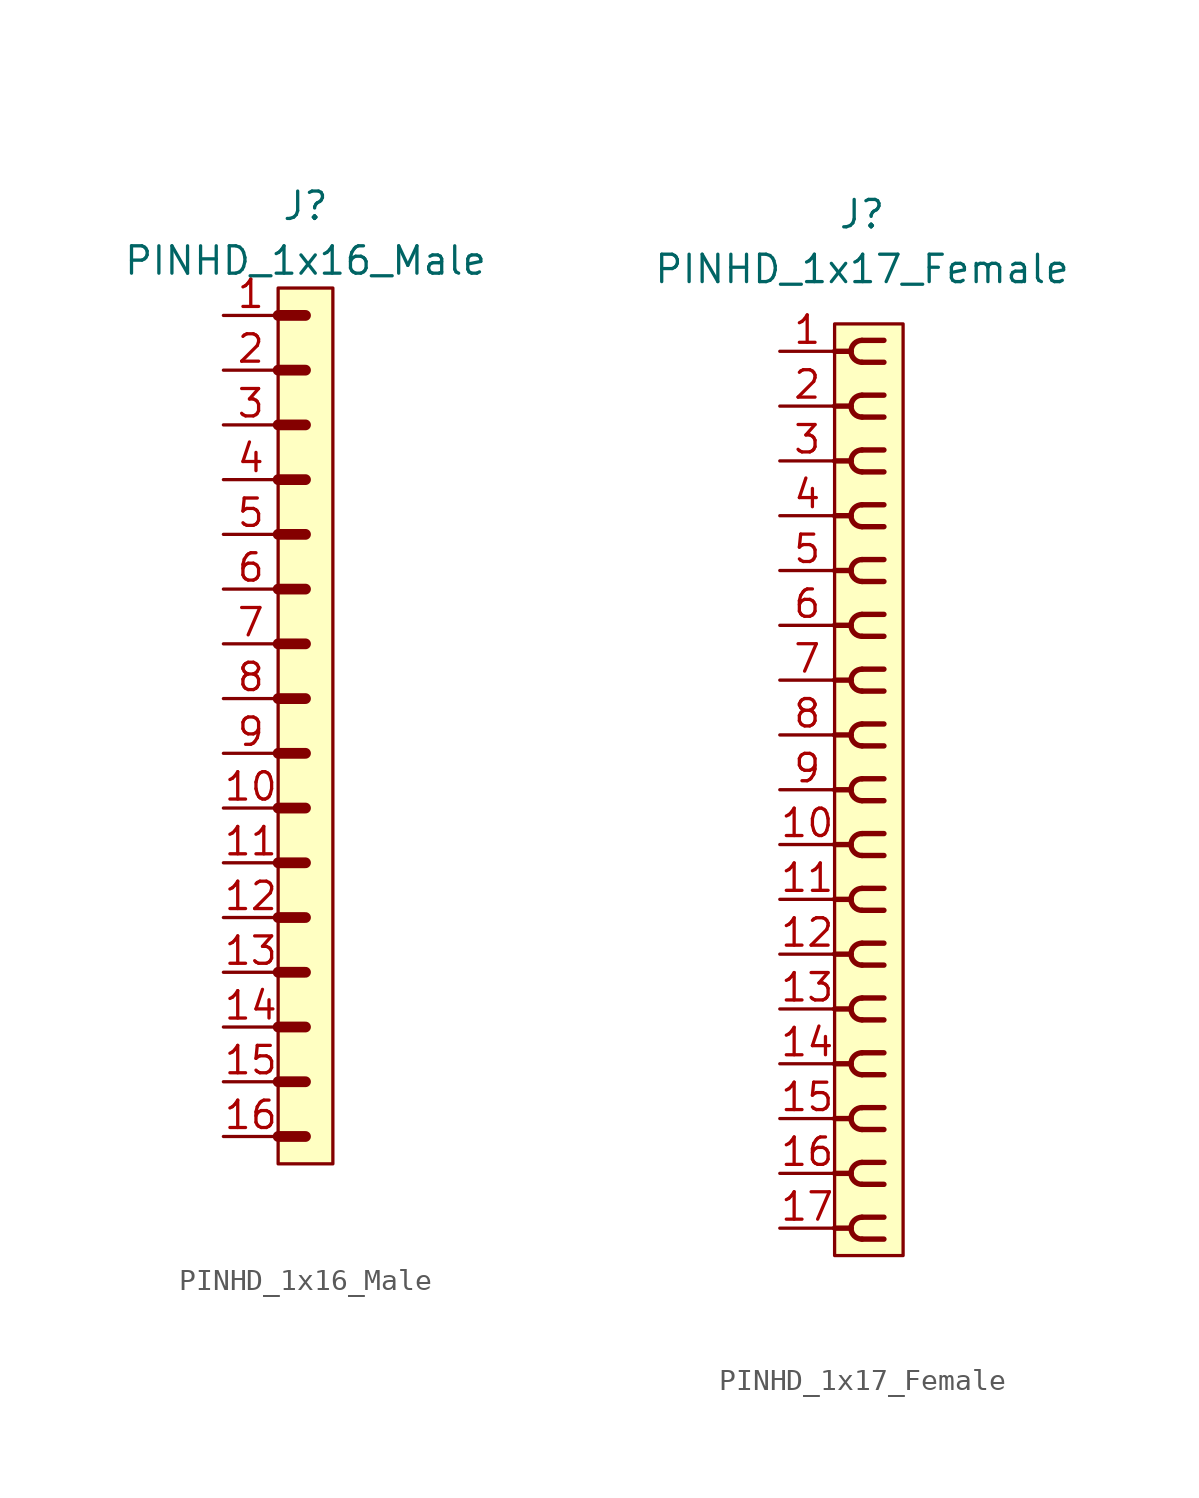
<source format=kicad_sym>
(kicad_symbol_lib
  (version 20220914)
  (generator kicad_symbol_editor)
  (symbol "PINHD_1x16_Male"
    (property "Reference" "J"
      (at 0 24.13 0)
      (effects (font (size 1.27 1.27))))
    (property "Value" "PINHD_1x16_Male"
      (at 0 21.59 0)
      (effects (font (size 1.27 1.27))))
    (symbol "PINHD_1x16_Male_0_1"
      (rectangle (start -1.27 20.32) (end 1.27 -20.32) (stroke (width 0) (type default)) (fill (type background)))
      (polyline (pts (xy -1.27 -19.05) (xy 0 -19.05)) (stroke (width 0.5) (type default)) (fill (type none)))
      (polyline (pts (xy -1.27 -16.51) (xy 0 -16.51)) (stroke (width 0.5) (type default)) (fill (type none)))
      (polyline (pts (xy -1.27 -13.97) (xy 0 -13.97)) (stroke (width 0.5) (type default)) (fill (type none)))
      (polyline (pts (xy -1.27 -11.43) (xy 0 -11.43)) (stroke (width 0.5) (type default)) (fill (type none)))
      (polyline (pts (xy -1.27 -8.89) (xy 0 -8.89)) (stroke (width 0.5) (type default)) (fill (type none)))
      (polyline (pts (xy -1.27 -6.35) (xy 0 -6.35)) (stroke (width 0.5) (type default)) (fill (type none)))
      (polyline (pts (xy -1.27 -3.81) (xy 0 -3.81)) (stroke (width 0.3) (type default)) (fill (type none)))
      (polyline (pts (xy -1.27 -3.81) (xy 0 -3.81)) (stroke (width 0.5) (type default)) (fill (type none)))
      (polyline (pts (xy -1.27 -1.27) (xy 0 -1.27)) (stroke (width 0.3) (type default)) (fill (type none)))
      (polyline (pts (xy -1.27 -1.27) (xy 0 -1.27)) (stroke (width 0.5) (type default)) (fill (type none)))
      (polyline (pts (xy -1.27 1.27) (xy 0 1.27)) (stroke (width 0.3) (type default)) (fill (type none)))
      (polyline (pts (xy -1.27 1.27) (xy 0 1.27)) (stroke (width 0.5) (type default)) (fill (type none)))
      (polyline (pts (xy -1.27 3.81) (xy 0 3.81)) (stroke (width 0.3) (type default)) (fill (type none)))
      (polyline (pts (xy -1.27 3.81) (xy 0 3.81)) (stroke (width 0.5) (type default)) (fill (type none)))
      (polyline (pts (xy -1.27 6.35) (xy 0 6.35)) (stroke (width 0.3) (type default)) (fill (type none)))
      (polyline (pts (xy -1.27 6.35) (xy 0 6.35)) (stroke (width 0.5) (type default)) (fill (type none)))
      (polyline (pts (xy -1.27 8.89) (xy 0 8.89)) (stroke (width 0.3) (type default)) (fill (type none)))
      (polyline (pts (xy -1.27 8.89) (xy 0 8.89)) (stroke (width 0.5) (type default)) (fill (type none)))
      (polyline (pts (xy -1.27 11.43) (xy 0 11.43)) (stroke (width 0.3) (type default)) (fill (type none)))
      (polyline (pts (xy -1.27 11.43) (xy 0 11.43)) (stroke (width 0.5) (type default)) (fill (type none)))
      (polyline (pts (xy -1.27 13.97) (xy 0 13.97)) (stroke (width 0.3) (type default)) (fill (type none)))
      (polyline (pts (xy -1.27 13.97) (xy 0 13.97)) (stroke (width 0.5) (type default)) (fill (type none)))
      (polyline (pts (xy -1.27 16.51) (xy 0 16.51)) (stroke (width 0.3) (type default)) (fill (type none)))
      (polyline (pts (xy -1.27 16.51) (xy 0 16.51)) (stroke (width 0.5) (type default)) (fill (type none)))
      (polyline (pts (xy -1.27 19.05) (xy 0 19.05)) (stroke (width 0.5) (type default)) (fill (type none))))
    (symbol "PINHD_1x16_Male_1_1"
      (pin passive line (at -3.81 19.05 0) (length 2.54) (name "" (effects (font (size 1.27 1.27)))) (number "1" (effects (font (size 1.27 1.27)))))
      (pin passive line (at -3.81 -3.81 0) (length 2.54) (name "" (effects (font (size 1.27 1.27)))) (number "10" (effects (font (size 1.27 1.27)))))
      (pin passive line (at -3.81 -6.35 0) (length 2.54) (name "" (effects (font (size 1.27 1.27)))) (number "11" (effects (font (size 1.27 1.27)))))
      (pin passive line (at -3.81 -8.89 0) (length 2.54) (name "" (effects (font (size 1.27 1.27)))) (number "12" (effects (font (size 1.27 1.27)))))
      (pin passive line (at -3.81 -11.43 0) (length 2.54) (name "" (effects (font (size 1.27 1.27)))) (number "13" (effects (font (size 1.27 1.27)))))
      (pin passive line (at -3.81 -13.97 0) (length 2.54) (name "" (effects (font (size 1.27 1.27)))) (number "14" (effects (font (size 1.27 1.27)))))
      (pin passive line (at -3.81 -16.51 0) (length 2.54) (name "" (effects (font (size 1.27 1.27)))) (number "15" (effects (font (size 1.27 1.27)))))
      (pin passive line (at -3.81 -19.05 0) (length 2.54) (name "" (effects (font (size 1.27 1.27)))) (number "16" (effects (font (size 1.27 1.27)))))
      (pin passive line (at -3.81 16.51 0) (length 2.54) (name "" (effects (font (size 1.27 1.27)))) (number "2" (effects (font (size 1.27 1.27)))))
      (pin passive line (at -3.81 13.97 0) (length 2.54) (name "" (effects (font (size 1.27 1.27)))) (number "3" (effects (font (size 1.27 1.27)))))
      (pin passive line (at -3.81 11.43 0) (length 2.54) (name "" (effects (font (size 1.27 1.27)))) (number "4" (effects (font (size 1.27 1.27)))))
      (pin passive line (at -3.81 8.89 0) (length 2.54) (name "" (effects (font (size 1.27 1.27)))) (number "5" (effects (font (size 1.27 1.27)))))
      (pin passive line (at -3.81 6.35 0) (length 2.54) (name "" (effects (font (size 1.27 1.27)))) (number "6" (effects (font (size 1.27 1.27)))))
      (pin passive line (at -3.81 3.81 0) (length 2.54) (name "" (effects (font (size 1.27 1.27)))) (number "7" (effects (font (size 1.27 1.27)))))
      (pin passive line (at -3.81 1.27 0) (length 2.54) (name "" (effects (font (size 1.27 1.27)))) (number "8" (effects (font (size 1.27 1.27)))))
      (pin passive line (at -3.81 -1.27 0) (length 2.54) (name "" (effects (font (size 1.27 1.27)))) (number "9" (effects (font (size 1.27 1.27)))))))
  (symbol "PINHD_1x17_Female"
    (property "Reference" "J"
      (at 0 26.67 0)
      (effects (font (size 1.27 1.27))))
    (property "Value" "PINHD_1x17_Female"
      (at 0 24.13 0)
      (effects (font (size 1.27 1.27))))
    (symbol "PINHD_1x17_Female_0_1"
      (rectangle (start -1.27 21.59) (end 1.905 -21.59) (stroke (width 0) (type default)) (fill (type background)))
      (arc (start -0.508 -20.32) (mid -0.3592 -20.6792) (end 0 -20.828) (stroke (width 0.25) (type default)) (fill (type none)))
      (arc (start -0.508 -17.78) (mid -0.3592 -18.1392) (end 0 -18.288) (stroke (width 0.25) (type default)) (fill (type none)))
      (arc (start -0.508 -15.24) (mid -0.3592 -15.5992) (end 0 -15.748) (stroke (width 0.25) (type default)) (fill (type none)))
      (arc (start -0.508 -12.7) (mid -0.3592 -13.0592) (end 0 -13.208) (stroke (width 0.25) (type default)) (fill (type none)))
      (arc (start -0.508 -10.16) (mid -0.3592 -10.5192) (end 0 -10.668) (stroke (width 0.25) (type default)) (fill (type none)))
      (arc (start -0.508 -7.62) (mid -0.3592 -7.9792) (end 0 -8.128) (stroke (width 0.25) (type default)) (fill (type none)))
      (arc (start -0.508 -5.08) (mid -0.3592 -5.4392) (end 0 -5.588) (stroke (width 0.25) (type default)) (fill (type none)))
      (arc (start -0.508 -2.54) (mid -0.3592 -2.8992) (end 0 -3.048) (stroke (width 0.25) (type default)) (fill (type none)))
      (arc (start -0.508 0) (mid -0.3592 -0.3592) (end 0 -0.508) (stroke (width 0.25) (type default)) (fill (type none)))
      (arc (start -0.508 2.54) (mid -0.3592 2.1808) (end 0 2.032) (stroke (width 0.25) (type default)) (fill (type none)))
      (arc (start -0.508 5.08) (mid -0.3592 4.7208) (end 0 4.572) (stroke (width 0.25) (type default)) (fill (type none)))
      (arc (start -0.508 7.62) (mid -0.3592 7.2608) (end 0 7.112) (stroke (width 0.25) (type default)) (fill (type none)))
      (arc (start -0.508 10.16) (mid -0.3592 9.8008) (end 0 9.652) (stroke (width 0.25) (type default)) (fill (type none)))
      (arc (start -0.508 12.7) (mid -0.3592 12.3408) (end 0 12.192) (stroke (width 0.25) (type default)) (fill (type none)))
      (arc (start -0.508 15.24) (mid -0.3592 14.8808) (end 0 14.732) (stroke (width 0.25) (type default)) (fill (type none)))
      (arc (start -0.508 17.78) (mid -0.3592 17.4208) (end 0 17.272) (stroke (width 0.25) (type default)) (fill (type none)))
      (arc (start -0.508 20.32) (mid -0.3592 19.9608) (end 0 19.812) (stroke (width 0.25) (type default)) (fill (type none)))
      (arc (start 0 -19.812) (mid -0.3592 -19.9608) (end -0.508 -20.32) (stroke (width 0.25) (type default)) (fill (type none)))
      (arc (start 0 -17.272) (mid -0.3592 -17.4208) (end -0.508 -17.78) (stroke (width 0.25) (type default)) (fill (type none)))
      (arc (start 0 -14.732) (mid -0.3592 -14.8808) (end -0.508 -15.24) (stroke (width 0.25) (type default)) (fill (type none)))
      (arc (start 0 -12.192) (mid -0.3592 -12.3408) (end -0.508 -12.7) (stroke (width 0.25) (type default)) (fill (type none)))
      (arc (start 0 -9.652) (mid -0.3592 -9.8008) (end -0.508 -10.16) (stroke (width 0.25) (type default)) (fill (type none)))
      (arc (start 0 -7.112) (mid -0.3592 -7.2608) (end -0.508 -7.62) (stroke (width 0.25) (type default)) (fill (type none)))
      (arc (start 0 -4.572) (mid -0.3592 -4.7208) (end -0.508 -5.08) (stroke (width 0.25) (type default)) (fill (type none)))
      (arc (start 0 -2.032) (mid -0.3592 -2.1808) (end -0.508 -2.54) (stroke (width 0.25) (type default)) (fill (type none)))
      (polyline (pts (xy -1.27 -20.32) (xy -0.508 -20.32)) (stroke (width 0.25) (type default)) (fill (type none)))
      (polyline (pts (xy -1.27 -17.78) (xy -0.508 -17.78)) (stroke (width 0.25) (type default)) (fill (type none)))
      (polyline (pts (xy -1.27 -15.24) (xy -0.508 -15.24)) (stroke (width 0.25) (type default)) (fill (type none)))
      (polyline (pts (xy -1.27 -12.7) (xy -0.508 -12.7)) (stroke (width 0.25) (type default)) (fill (type none)))
      (polyline (pts (xy -1.27 -10.16) (xy -0.508 -10.16)) (stroke (width 0.25) (type default)) (fill (type none)))
      (polyline (pts (xy -1.27 -7.62) (xy -0.508 -7.62)) (stroke (width 0.25) (type default)) (fill (type none)))
      (polyline (pts (xy -1.27 -5.08) (xy -0.508 -5.08)) (stroke (width 0.25) (type default)) (fill (type none)))
      (polyline (pts (xy -1.27 -2.54) (xy -0.508 -2.54)) (stroke (width 0.25) (type default)) (fill (type none)))
      (polyline (pts (xy -1.27 0) (xy -0.508 0)) (stroke (width 0.25) (type default)) (fill (type none)))
      (polyline (pts (xy -1.27 2.54) (xy -0.508 2.54)) (stroke (width 0.25) (type default)) (fill (type none)))
      (polyline (pts (xy -1.27 5.08) (xy -0.508 5.08)) (stroke (width 0.25) (type default)) (fill (type none)))
      (polyline (pts (xy -1.27 7.62) (xy -0.508 7.62)) (stroke (width 0.25) (type default)) (fill (type none)))
      (polyline (pts (xy -1.27 10.16) (xy -0.508 10.16)) (stroke (width 0.25) (type default)) (fill (type none)))
      (polyline (pts (xy -1.27 12.7) (xy -0.508 12.7)) (stroke (width 0.25) (type default)) (fill (type none)))
      (polyline (pts (xy -1.27 15.24) (xy -0.508 15.24)) (stroke (width 0.25) (type default)) (fill (type none)))
      (polyline (pts (xy -1.27 17.78) (xy -0.508 17.78)) (stroke (width 0.25) (type default)) (fill (type none)))
      (polyline (pts (xy -1.27 20.32) (xy -0.508 20.32)) (stroke (width 0.25) (type default)) (fill (type none)))
      (polyline (pts (xy 0 -20.828) (xy 1.016 -20.828)) (stroke (width 0.25) (type default)) (fill (type none)))
      (polyline (pts (xy 0 -19.812) (xy 1.016 -19.812)) (stroke (width 0.25) (type default)) (fill (type none)))
      (polyline (pts (xy 0 -18.288) (xy 1.016 -18.288)) (stroke (width 0.25) (type default)) (fill (type none)))
      (polyline (pts (xy 0 -17.272) (xy 1.016 -17.272)) (stroke (width 0.25) (type default)) (fill (type none)))
      (polyline (pts (xy 0 -15.748) (xy 1.016 -15.748)) (stroke (width 0.25) (type default)) (fill (type none)))
      (polyline (pts (xy 0 -14.732) (xy 1.016 -14.732)) (stroke (width 0.25) (type default)) (fill (type none)))
      (polyline (pts (xy 0 -13.208) (xy 1.016 -13.208)) (stroke (width 0.25) (type default)) (fill (type none)))
      (polyline (pts (xy 0 -12.192) (xy 1.016 -12.192)) (stroke (width 0.25) (type default)) (fill (type none)))
      (polyline (pts (xy 0 -10.668) (xy 1.016 -10.668)) (stroke (width 0.25) (type default)) (fill (type none)))
      (polyline (pts (xy 0 -9.652) (xy 1.016 -9.652)) (stroke (width 0.25) (type default)) (fill (type none)))
      (polyline (pts (xy 0 -8.128) (xy 1.016 -8.128)) (stroke (width 0.25) (type default)) (fill (type none)))
      (polyline (pts (xy 0 -7.112) (xy 1.016 -7.112)) (stroke (width 0.25) (type default)) (fill (type none)))
      (polyline (pts (xy 0 -5.588) (xy 1.016 -5.588)) (stroke (width 0.25) (type default)) (fill (type none)))
      (polyline (pts (xy 0 -4.572) (xy 1.016 -4.572)) (stroke (width 0.25) (type default)) (fill (type none)))
      (polyline (pts (xy 0 -3.048) (xy 1.016 -3.048)) (stroke (width 0.25) (type default)) (fill (type none)))
      (polyline (pts (xy 0 -2.032) (xy 1.016 -2.032)) (stroke (width 0.25) (type default)) (fill (type none)))
      (polyline (pts (xy 0 -0.508) (xy 1.016 -0.508)) (stroke (width 0.25) (type default)) (fill (type none)))
      (polyline (pts (xy 0 0.508) (xy 1.016 0.508)) (stroke (width 0.25) (type default)) (fill (type none)))
      (polyline (pts (xy 0 2.032) (xy 1.016 2.032)) (stroke (width 0.25) (type default)) (fill (type none)))
      (polyline (pts (xy 0 3.048) (xy 1.016 3.048)) (stroke (width 0.25) (type default)) (fill (type none)))
      (polyline (pts (xy 0 4.572) (xy 1.016 4.572)) (stroke (width 0.25) (type default)) (fill (type none)))
      (polyline (pts (xy 0 5.588) (xy 1.016 5.588)) (stroke (width 0.25) (type default)) (fill (type none)))
      (polyline (pts (xy 0 7.112) (xy 1.016 7.112)) (stroke (width 0.25) (type default)) (fill (type none)))
      (polyline (pts (xy 0 8.128) (xy 1.016 8.128)) (stroke (width 0.25) (type default)) (fill (type none)))
      (polyline (pts (xy 0 9.652) (xy 1.016 9.652)) (stroke (width 0.25) (type default)) (fill (type none)))
      (polyline (pts (xy 0 10.668) (xy 1.016 10.668)) (stroke (width 0.25) (type default)) (fill (type none)))
      (polyline (pts (xy 0 12.192) (xy 1.016 12.192)) (stroke (width 0.25) (type default)) (fill (type none)))
      (polyline (pts (xy 0 13.208) (xy 1.016 13.208)) (stroke (width 0.25) (type default)) (fill (type none)))
      (polyline (pts (xy 0 14.732) (xy 1.016 14.732)) (stroke (width 0.25) (type default)) (fill (type none)))
      (polyline (pts (xy 0 15.748) (xy 1.016 15.748)) (stroke (width 0.25) (type default)) (fill (type none)))
      (polyline (pts (xy 0 17.272) (xy 1.016 17.272)) (stroke (width 0.25) (type default)) (fill (type none)))
      (polyline (pts (xy 0 18.288) (xy 1.016 18.288)) (stroke (width 0.25) (type default)) (fill (type none)))
      (polyline (pts (xy 0 19.812) (xy 1.016 19.812)) (stroke (width 0.25) (type default)) (fill (type none)))
      (polyline (pts (xy 0 20.828) (xy 1.016 20.828)) (stroke (width 0.25) (type default)) (fill (type none)))
      (arc (start 0 0.508) (mid -0.3592 0.3592) (end -0.508 0) (stroke (width 0.25) (type default)) (fill (type none)))
      (arc (start 0 3.048) (mid -0.3592 2.8992) (end -0.508 2.54) (stroke (width 0.25) (type default)) (fill (type none)))
      (arc (start 0 5.588) (mid -0.3592 5.4392) (end -0.508 5.08) (stroke (width 0.25) (type default)) (fill (type none)))
      (arc (start 0 8.128) (mid -0.3592 7.9792) (end -0.508 7.62) (stroke (width 0.25) (type default)) (fill (type none)))
      (arc (start 0 10.668) (mid -0.3592 10.5192) (end -0.508 10.16) (stroke (width 0.25) (type default)) (fill (type none)))
      (arc (start 0 13.208) (mid -0.3592 13.0592) (end -0.508 12.7) (stroke (width 0.25) (type default)) (fill (type none)))
      (arc (start 0 15.748) (mid -0.3592 15.5992) (end -0.508 15.24) (stroke (width 0.25) (type default)) (fill (type none)))
      (arc (start 0 18.288) (mid -0.3592 18.1392) (end -0.508 17.78) (stroke (width 0.25) (type default)) (fill (type none)))
      (arc (start 0 20.828) (mid -0.3592 20.6792) (end -0.508 20.32) (stroke (width 0.25) (type default)) (fill (type none))))
    (symbol "PINHD_1x17_Female_1_1"
      (pin passive line (at -3.81 20.32 0) (length 2.54) (name "" (effects (font (size 1.27 1.27)))) (number "1" (effects (font (size 1.27 1.27)))))
      (pin passive line (at -3.81 -2.54 0) (length 2.54) (name "" (effects (font (size 1.27 1.27)))) (number "10" (effects (font (size 1.27 1.27)))))
      (pin passive line (at -3.81 -5.08 0) (length 2.54) (name "" (effects (font (size 1.27 1.27)))) (number "11" (effects (font (size 1.27 1.27)))))
      (pin passive line (at -3.81 -7.62 0) (length 2.54) (name "" (effects (font (size 1.27 1.27)))) (number "12" (effects (font (size 1.27 1.27)))))
      (pin passive line (at -3.81 -10.16 0) (length 2.54) (name "" (effects (font (size 1.27 1.27)))) (number "13" (effects (font (size 1.27 1.27)))))
      (pin passive line (at -3.81 -12.7 0) (length 2.54) (name "" (effects (font (size 1.27 1.27)))) (number "14" (effects (font (size 1.27 1.27)))))
      (pin passive line (at -3.81 -15.24 0) (length 2.54) (name "" (effects (font (size 1.27 1.27)))) (number "15" (effects (font (size 1.27 1.27)))))
      (pin passive line (at -3.81 -17.78 0) (length 2.54) (name "" (effects (font (size 1.27 1.27)))) (number "16" (effects (font (size 1.27 1.27)))))
      (pin passive line (at -3.81 -20.32 0) (length 2.54) (name "" (effects (font (size 1.27 1.27)))) (number "17" (effects (font (size 1.27 1.27)))))
      (pin passive line (at -3.81 17.78 0) (length 2.54) (name "" (effects (font (size 1.27 1.27)))) (number "2" (effects (font (size 1.27 1.27)))))
      (pin passive line (at -3.81 15.24 0) (length 2.54) (name "" (effects (font (size 1.27 1.27)))) (number "3" (effects (font (size 1.27 1.27)))))
      (pin passive line (at -3.81 12.7 0) (length 2.54) (name "" (effects (font (size 1.27 1.27)))) (number "4" (effects (font (size 1.27 1.27)))))
      (pin passive line (at -3.81 10.16 0) (length 2.54) (name "" (effects (font (size 1.27 1.27)))) (number "5" (effects (font (size 1.27 1.27)))))
      (pin passive line (at -3.81 7.62 0) (length 2.54) (name "" (effects (font (size 1.27 1.27)))) (number "6" (effects (font (size 1.27 1.27)))))
      (pin passive line (at -3.81 5.08 0) (length 2.54) (name "" (effects (font (size 1.27 1.27)))) (number "7" (effects (font (size 1.27 1.27)))))
      (pin passive line (at -3.81 2.54 0) (length 2.54) (name "" (effects (font (size 1.27 1.27)))) (number "8" (effects (font (size 1.27 1.27)))))
      (pin passive line (at -3.81 0 0) (length 2.54) (name "" (effects (font (size 1.27 1.27)))) (number "9" (effects (font (size 1.27 1.27))))))))
</source>
